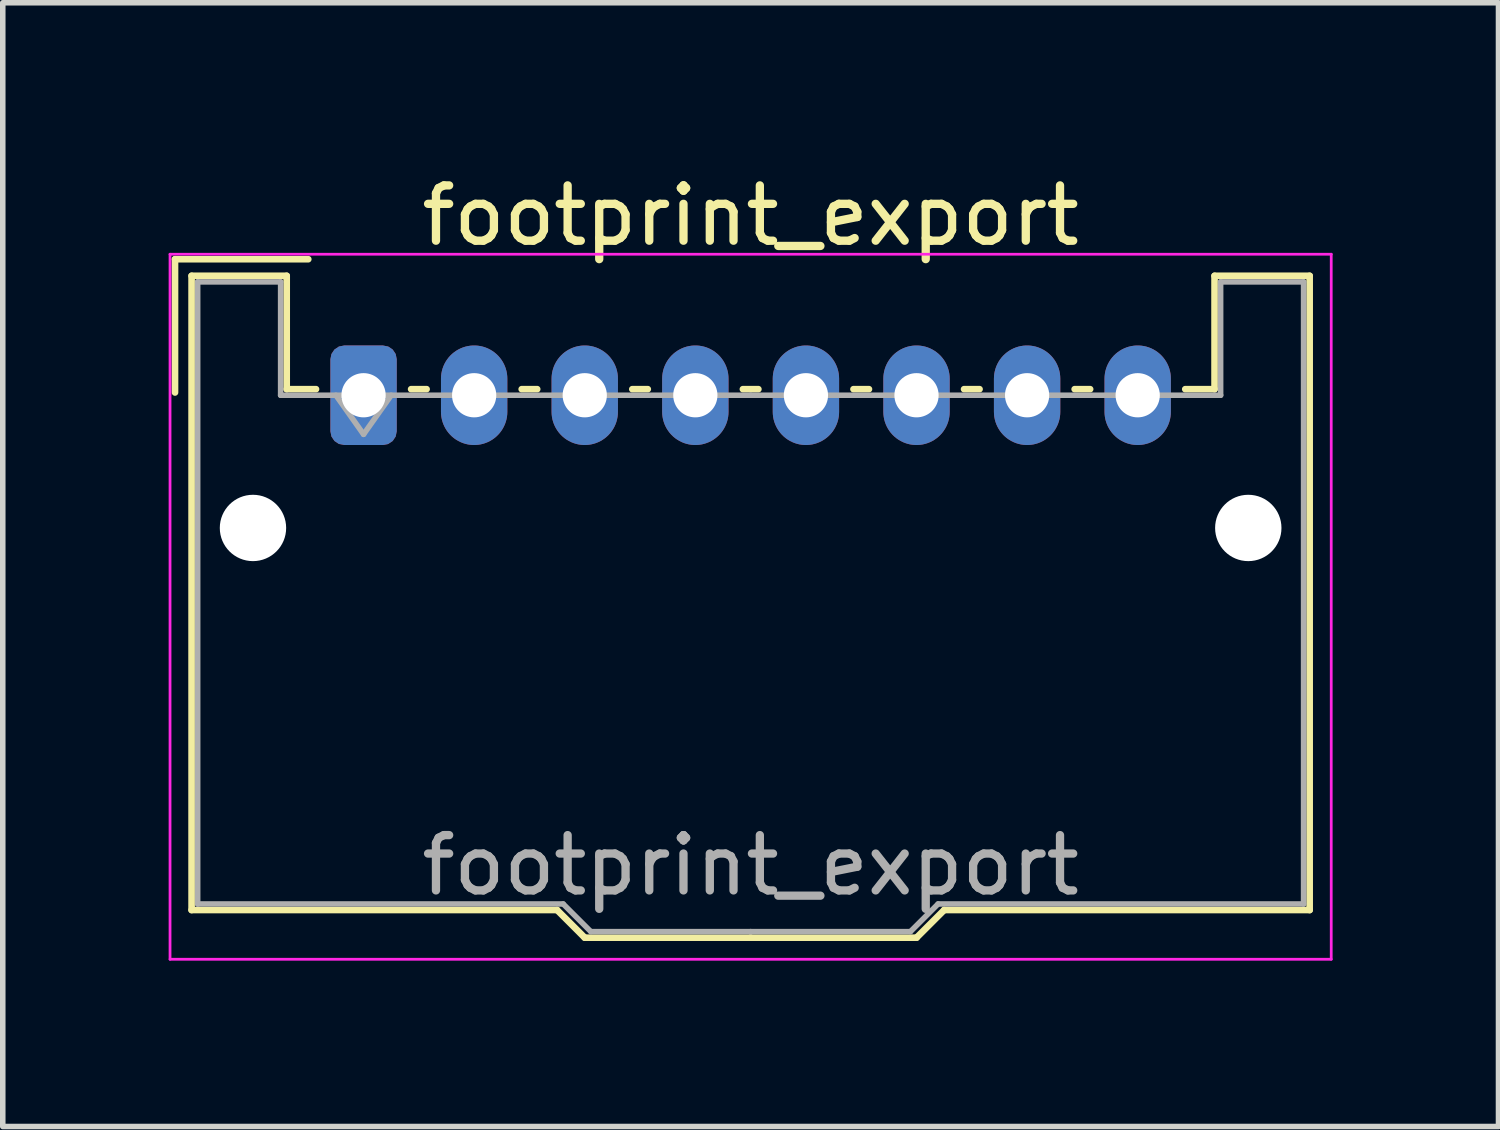
<source format=kicad_pcb>
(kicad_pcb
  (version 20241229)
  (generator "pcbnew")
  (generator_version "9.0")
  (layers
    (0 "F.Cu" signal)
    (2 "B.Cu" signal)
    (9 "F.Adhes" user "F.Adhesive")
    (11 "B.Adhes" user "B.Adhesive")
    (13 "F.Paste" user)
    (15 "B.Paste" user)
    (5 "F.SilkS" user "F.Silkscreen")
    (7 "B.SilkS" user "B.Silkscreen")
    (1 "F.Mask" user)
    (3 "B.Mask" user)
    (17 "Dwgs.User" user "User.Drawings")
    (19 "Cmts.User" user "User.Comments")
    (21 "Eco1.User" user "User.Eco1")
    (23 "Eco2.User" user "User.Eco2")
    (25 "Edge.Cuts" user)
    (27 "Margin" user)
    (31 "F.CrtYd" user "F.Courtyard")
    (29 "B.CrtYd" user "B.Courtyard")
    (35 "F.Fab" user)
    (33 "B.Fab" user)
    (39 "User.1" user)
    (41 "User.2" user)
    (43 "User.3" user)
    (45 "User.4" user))
  (footprint "footprint_export"
    (layer "F.Cu")
    (at 3.525 4.098)
    (property "Reference" "footprint_export" (at 7 -3.25 0) (layer "F.SilkS") (effects (font (size 1 1) (thickness 0.15))))
    (attr through_hole)
    (fp_line (start -3.41 -2.46) (end -1 -2.46) (stroke (width 0.12) (type solid)) (layer "F.SilkS"))
    (fp_line (start -3.41 -0.05) (end -3.41 -2.46) (stroke (width 0.12) (type solid)) (layer "F.SilkS"))
    (fp_line (start -3.11 -2.16) (end -1.39 -2.16) (stroke (width 0.12) (type solid)) (layer "F.SilkS"))
    (fp_line (start -3.11 9.31) (end -3.11 -2.16) (stroke (width 0.12) (type solid)) (layer "F.SilkS"))
    (fp_line (start -1.39 -2.16) (end -1.39 -0.11) (stroke (width 0.12) (type solid)) (layer "F.SilkS"))
    (fp_line (start -1.39 -0.11) (end -0.86 -0.11) (stroke (width 0.12) (type solid)) (layer "F.SilkS"))
    (fp_line (start 0.86 -0.11) (end 1.14 -0.11) (stroke (width 0.12) (type solid)) (layer "F.SilkS"))
    (fp_line (start 2.86 -0.11) (end 3.14 -0.11) (stroke (width 0.12) (type solid)) (layer "F.SilkS"))
    (fp_line (start 3.5 9.31) (end -3.11 9.31) (stroke (width 0.12) (type solid)) (layer "F.SilkS"))
    (fp_line (start 4 9.81) (end 3.5 9.31) (stroke (width 0.12) (type solid)) (layer "F.SilkS"))
    (fp_line (start 4.86 -0.11) (end 5.14 -0.11) (stroke (width 0.12) (type solid)) (layer "F.SilkS"))
    (fp_line (start 6.86 -0.11) (end 7.14 -0.11) (stroke (width 0.12) (type solid)) (layer "F.SilkS"))
    (fp_line (start 7 9.81) (end 4 9.81) (stroke (width 0.12) (type solid)) (layer "F.SilkS"))
    (fp_line (start 7 9.81) (end 10 9.81) (stroke (width 0.12) (type solid)) (layer "F.SilkS"))
    (fp_line (start 8.86 -0.11) (end 9.14 -0.11) (stroke (width 0.12) (type solid)) (layer "F.SilkS"))
    (fp_line (start 10 9.81) (end 10.5 9.31) (stroke (width 0.12) (type solid)) (layer "F.SilkS"))
    (fp_line (start 10.5 9.31) (end 17.11 9.31) (stroke (width 0.12) (type solid)) (layer "F.SilkS"))
    (fp_line (start 10.86 -0.11) (end 11.14 -0.11) (stroke (width 0.12) (type solid)) (layer "F.SilkS"))
    (fp_line (start 12.86 -0.11) (end 13.14 -0.11) (stroke (width 0.12) (type solid)) (layer "F.SilkS"))
    (fp_line (start 15.39 -2.16) (end 15.39 -0.11) (stroke (width 0.12) (type solid)) (layer "F.SilkS"))
    (fp_line (start 15.39 -0.11) (end 14.86 -0.11) (stroke (width 0.12) (type solid)) (layer "F.SilkS"))
    (fp_line (start 17.11 -2.16) (end 15.39 -2.16) (stroke (width 0.12) (type solid)) (layer "F.SilkS"))
    (fp_line (start 17.11 9.31) (end 17.11 -2.16) (stroke (width 0.12) (type solid)) (layer "F.SilkS"))
    (fp_line (start -3.5 -2.55) (end -3.5 10.2) (stroke (width 0.05) (type solid)) (layer "F.CrtYd"))
    (fp_line (start -3.5 10.2) (end 17.5 10.2) (stroke (width 0.05) (type solid)) (layer "F.CrtYd"))
    (fp_line (start 17.5 -2.55) (end -3.5 -2.55) (stroke (width 0.05) (type solid)) (layer "F.CrtYd"))
    (fp_line (start 17.5 10.2) (end 17.5 -2.55) (stroke (width 0.05) (type solid)) (layer "F.CrtYd"))
    (fp_line (start -3 -2.05) (end -1.5 -2.05) (stroke (width 0.1) (type solid)) (layer "F.Fab"))
    (fp_line (start -3 9.2) (end -3 -2.05) (stroke (width 0.1) (type solid)) (layer "F.Fab"))
    (fp_line (start -1.5 -2.05) (end -1.5 0) (stroke (width 0.1) (type solid)) (layer "F.Fab"))
    (fp_line (start -1.5 0) (end 7 0) (stroke (width 0.1) (type solid)) (layer "F.Fab"))
    (fp_line (start -0.5 0) (end 0 0.707) (stroke (width 0.1) (type solid)) (layer "F.Fab"))
    (fp_line (start 0 0.707) (end 0.5 0) (stroke (width 0.1) (type solid)) (layer "F.Fab"))
    (fp_line (start 3.61 9.2) (end -3 9.2) (stroke (width 0.1) (type solid)) (layer "F.Fab"))
    (fp_line (start 4.11 9.7) (end 3.61 9.2) (stroke (width 0.1) (type solid)) (layer "F.Fab"))
    (fp_line (start 7 9.7) (end 4.11 9.7) (stroke (width 0.1) (type solid)) (layer "F.Fab"))
    (fp_line (start 7 9.7) (end 9.89 9.7) (stroke (width 0.1) (type solid)) (layer "F.Fab"))
    (fp_line (start 9.89 9.7) (end 10.39 9.2) (stroke (width 0.1) (type solid)) (layer "F.Fab"))
    (fp_line (start 10.39 9.2) (end 17 9.2) (stroke (width 0.1) (type solid)) (layer "F.Fab"))
    (fp_line (start 15.5 -2.05) (end 15.5 0) (stroke (width 0.1) (type solid)) (layer "F.Fab"))
    (fp_line (start 15.5 0) (end 7 0) (stroke (width 0.1) (type solid)) (layer "F.Fab"))
    (fp_line (start 17 -2.05) (end 15.5 -2.05) (stroke (width 0.1) (type solid)) (layer "F.Fab"))
    (fp_line (start 17 9.2) (end 17 -2.05) (stroke (width 0.1) (type solid)) (layer "F.Fab"))
    (fp_text user "${REFERENCE}" (at 7 8.5 0) (layer "F.Fab") (effects (font (size 1 1) (thickness 0.15))))
    (pad "" np_thru_hole circle (at -2 2.4) (size 1.2 1.2) (drill 1.2) (layers "*.Cu" "*.Mask"))
    (pad "" np_thru_hole circle (at 16 2.4) (size 1.2 1.2) (drill 1.2) (layers "*.Cu" "*.Mask"))
    (pad "1" thru_hole roundrect (at 0 0) (size 1.2 1.8) (drill 0.8) (layers "*.Cu" "*.Mask") (roundrect_rratio 0.208))
    (pad "2" thru_hole oval (at 2 0) (size 1.2 1.8) (drill 0.8) (layers "*.Cu" "*.Mask"))
    (pad "3" thru_hole oval (at 4 0) (size 1.2 1.8) (drill 0.8) (layers "*.Cu" "*.Mask"))
    (pad "4" thru_hole oval (at 6 0) (size 1.2 1.8) (drill 0.8) (layers "*.Cu" "*.Mask"))
    (pad "5" thru_hole oval (at 8 0) (size 1.2 1.8) (drill 0.8) (layers "*.Cu" "*.Mask"))
    (pad "6" thru_hole oval (at 10 0) (size 1.2 1.8) (drill 0.8) (layers "*.Cu" "*.Mask"))
    (pad "7" thru_hole oval (at 12 0) (size 1.2 1.8) (drill 0.8) (layers "*.Cu" "*.Mask"))
    (pad "8" thru_hole oval (at 14 0) (size 1.2 1.8) (drill 0.8) (layers "*.Cu" "*.Mask")))
  (gr_rect
    (start -3 -3)
    (end 24.05 17.323)
    (stroke (width 0.1) (type default))
    (fill no)
    (layer "Edge.Cuts")))
</source>
